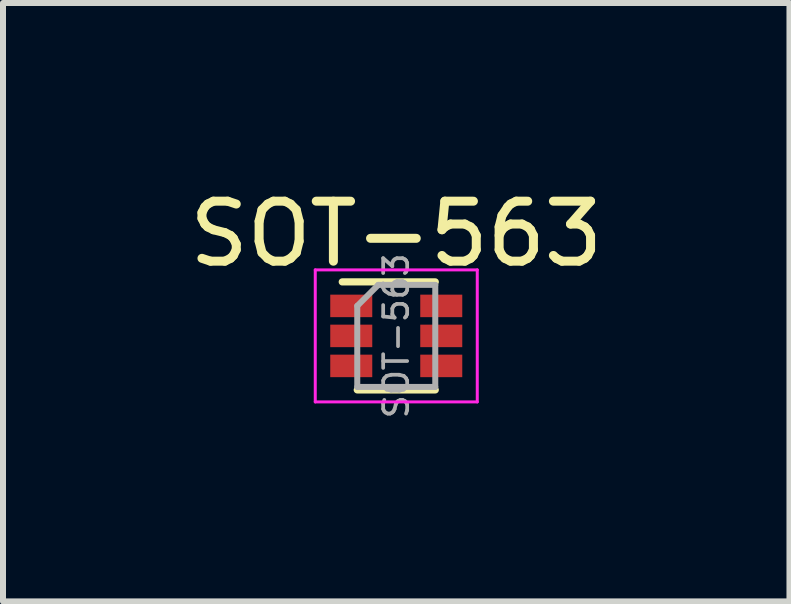
<source format=kicad_pcb>
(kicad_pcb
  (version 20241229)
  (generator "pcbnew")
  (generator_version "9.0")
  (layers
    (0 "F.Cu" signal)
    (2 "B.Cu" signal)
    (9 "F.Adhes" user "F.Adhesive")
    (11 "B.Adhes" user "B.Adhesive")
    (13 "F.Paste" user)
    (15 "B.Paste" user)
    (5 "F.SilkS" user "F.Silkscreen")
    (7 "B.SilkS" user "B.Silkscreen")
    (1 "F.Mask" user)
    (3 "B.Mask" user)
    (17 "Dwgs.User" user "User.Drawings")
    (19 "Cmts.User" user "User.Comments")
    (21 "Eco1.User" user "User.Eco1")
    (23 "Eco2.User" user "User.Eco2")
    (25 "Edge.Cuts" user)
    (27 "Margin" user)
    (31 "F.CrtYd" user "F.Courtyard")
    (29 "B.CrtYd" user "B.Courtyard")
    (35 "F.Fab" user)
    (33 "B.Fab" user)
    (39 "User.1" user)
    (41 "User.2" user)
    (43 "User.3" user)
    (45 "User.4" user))
  (footprint "SOT-563"
    (layer "F.Cu")
    (at 3.554 2.548)
    (property "Reference" "SOT-563" (at 0 -1.7 0) (layer "F.SilkS") (effects (font (size 1 1) (thickness 0.15))))
    (attr smd)
    (fp_line (start -0.9 -0.9) (end 0.65 -0.9) (stroke (width 0.12) (type solid)) (layer "F.SilkS"))
    (fp_line (start 0.65 0.9) (end -0.65 0.9) (stroke (width 0.12) (type solid)) (layer "F.SilkS"))
    (fp_line (start -1.35 -1.1) (end -1.35 1.1) (stroke (width 0.05) (type solid)) (layer "F.CrtYd"))
    (fp_line (start -1.35 -1.1) (end 1.35 -1.1) (stroke (width 0.05) (type solid)) (layer "F.CrtYd"))
    (fp_line (start 1.35 1.1) (end -1.35 1.1) (stroke (width 0.05) (type solid)) (layer "F.CrtYd"))
    (fp_line (start 1.35 1.1) (end 1.35 -1.1) (stroke (width 0.05) (type solid)) (layer "F.CrtYd"))
    (fp_line (start -0.65 -0.5) (end -0.65 0.85) (stroke (width 0.1) (type solid)) (layer "F.Fab"))
    (fp_line (start -0.65 -0.5) (end -0.3 -0.85) (stroke (width 0.1) (type solid)) (layer "F.Fab"))
    (fp_line (start -0.65 0.85) (end 0.65 0.85) (stroke (width 0.1) (type solid)) (layer "F.Fab"))
    (fp_line (start 0.65 -0.85) (end -0.3 -0.85) (stroke (width 0.1) (type solid)) (layer "F.Fab"))
    (fp_line (start 0.65 0.85) (end 0.65 -0.85) (stroke (width 0.1) (type solid)) (layer "F.Fab"))
    (fp_text user "${REFERENCE}" (at 0 0 90) (layer "F.Fab") (effects (font (size 0.4 0.4) (thickness 0.062))))
    (pad "1" smd rect (at -0.75 -0.5) (size 0.7 0.375) (layers "F.Cu" "F.Mask" "F.Paste"))
    (pad "2" smd rect (at -0.75 0) (size 0.7 0.375) (layers "F.Cu" "F.Mask" "F.Paste"))
    (pad "3" smd rect (at -0.75 0.5) (size 0.7 0.375) (layers "F.Cu" "F.Mask" "F.Paste"))
    (pad "4" smd rect (at 0.75 0.5) (size 0.7 0.375) (layers "F.Cu" "F.Mask" "F.Paste"))
    (pad "5" smd rect (at 0.75 0) (size 0.7 0.375) (layers "F.Cu" "F.Mask" "F.Paste"))
    (pad "6" smd rect (at 0.75 -0.5) (size 0.7 0.375) (layers "F.Cu" "F.Mask" "F.Paste")))
  (gr_rect
    (start -3 -3)
    (end 10.107 6.973)
    (stroke (width 0.1) (type default))
    (fill no)
    (layer "Edge.Cuts")))
</source>
